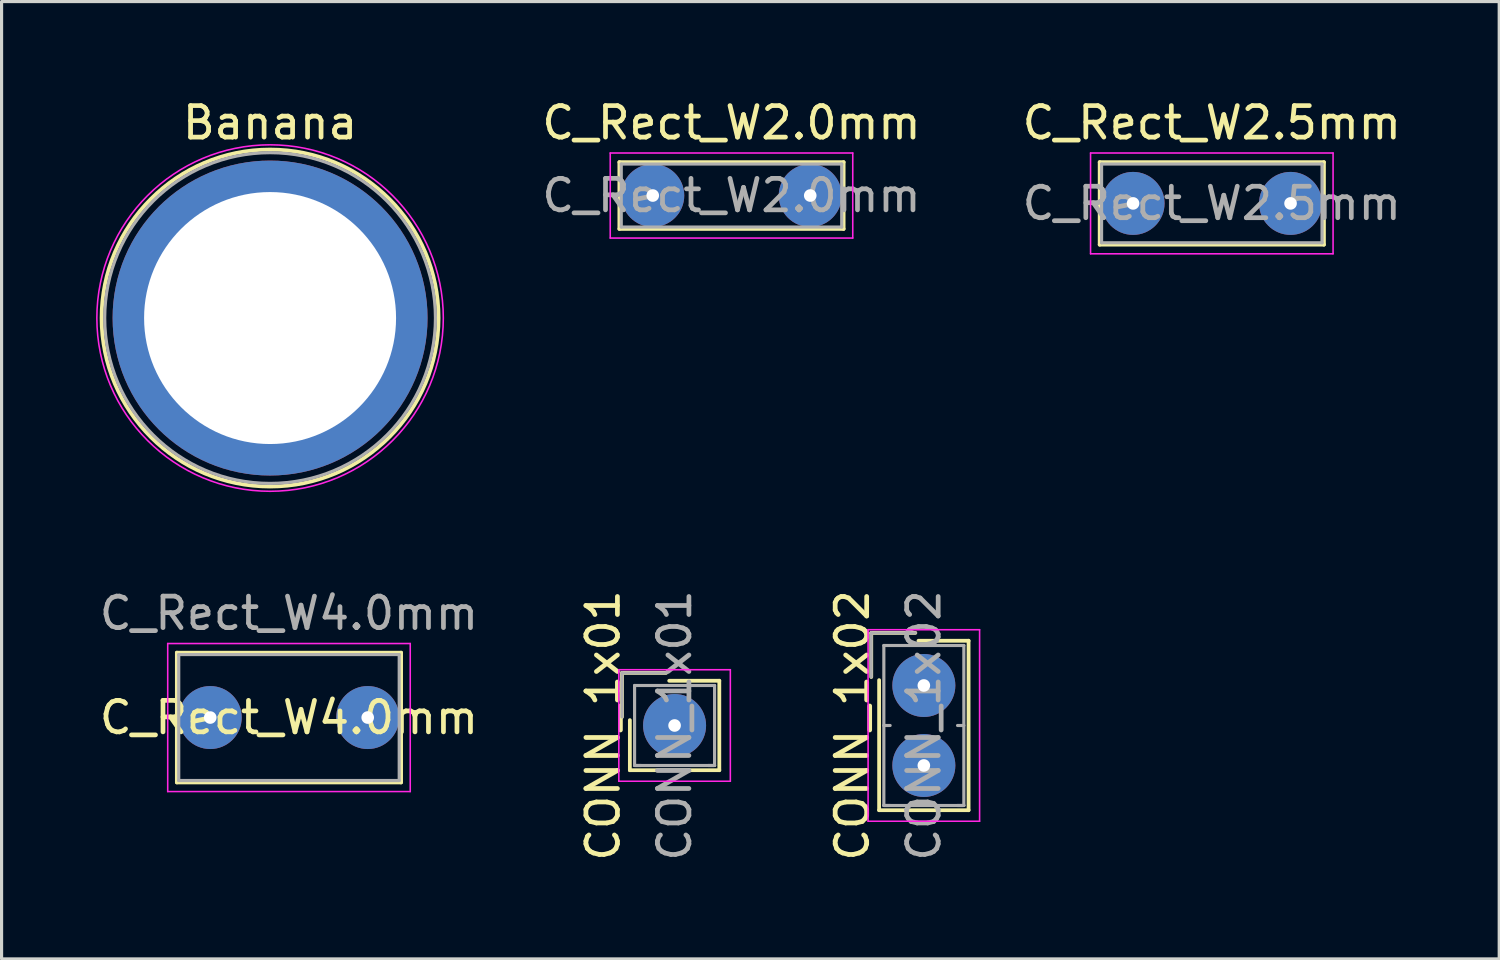
<source format=kicad_pcb>
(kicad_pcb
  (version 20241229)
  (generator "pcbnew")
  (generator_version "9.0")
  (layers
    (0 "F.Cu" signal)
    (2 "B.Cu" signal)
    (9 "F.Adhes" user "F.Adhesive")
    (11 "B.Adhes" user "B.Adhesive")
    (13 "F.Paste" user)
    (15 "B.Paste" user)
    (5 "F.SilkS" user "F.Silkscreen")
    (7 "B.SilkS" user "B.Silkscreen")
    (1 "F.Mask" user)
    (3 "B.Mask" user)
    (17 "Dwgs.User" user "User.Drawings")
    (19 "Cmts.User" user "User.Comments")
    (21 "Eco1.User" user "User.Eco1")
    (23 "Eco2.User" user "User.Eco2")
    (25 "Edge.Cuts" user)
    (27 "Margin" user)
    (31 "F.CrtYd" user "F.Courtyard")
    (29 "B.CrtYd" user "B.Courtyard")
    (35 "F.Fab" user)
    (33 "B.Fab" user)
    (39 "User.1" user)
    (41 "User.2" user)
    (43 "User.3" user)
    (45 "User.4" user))
  (footprint "C_Rect_W4.0mm"
    (layer "F.Cu")
    (at 3.625 19.732)
    (property "Reference" "C_Rect_W4.0mm" (at 2.5 0 0) (layer "F.SilkS") (effects (font (size 1 1) (thickness 0.15))))
    (attr through_hole)
    (fp_line (start -1.06 -2.06) (end -1.06 2.06) (stroke (width 0.12) (type solid)) (layer "F.SilkS"))
    (fp_line (start -1.06 -2.06) (end 6.06 -2.06) (stroke (width 0.12) (type solid)) (layer "F.SilkS"))
    (fp_line (start -1.06 2.06) (end 6.06 2.06) (stroke (width 0.12) (type solid)) (layer "F.SilkS"))
    (fp_line (start 6.06 -2.06) (end 6.06 2.06) (stroke (width 0.12) (type solid)) (layer "F.SilkS"))
    (fp_line (start -1.35 -2.35) (end -1.35 2.35) (stroke (width 0.05) (type solid)) (layer "F.CrtYd"))
    (fp_line (start -1.35 2.35) (end 6.35 2.35) (stroke (width 0.05) (type solid)) (layer "F.CrtYd"))
    (fp_line (start 6.35 -2.35) (end -1.35 -2.35) (stroke (width 0.05) (type solid)) (layer "F.CrtYd"))
    (fp_line (start 6.35 2.35) (end 6.35 -2.35) (stroke (width 0.05) (type solid)) (layer "F.CrtYd"))
    (fp_line (start -1 -2) (end -1 2) (stroke (width 0.1) (type solid)) (layer "F.Fab"))
    (fp_line (start -1 2) (end 6 2) (stroke (width 0.1) (type solid)) (layer "F.Fab"))
    (fp_line (start 6 -2) (end -1 -2) (stroke (width 0.1) (type solid)) (layer "F.Fab"))
    (fp_line (start 6 2) (end 6 -2) (stroke (width 0.1) (type solid)) (layer "F.Fab"))
    (fp_text user "${REFERENCE}" (at 2.5 -3.31 0) (layer "F.Fab") (effects (font (size 1 1) (thickness 0.15))))
    (pad "1" thru_hole circle (at 0 0) (size 2 2) (drill 0.4) (layers "*.Cu" "*.Mask"))
    (pad "2" thru_hole circle (at 5 0) (size 2 2) (drill 0.4) (layers "*.Cu" "*.Mask")))
  (footprint "CONN_1x02"
    (layer "F.Cu")
    (at 26.282 18.714)
    (property "Reference" "CONN_1x02" (at -2.27 1.27 90) (layer "F.SilkS") (effects (font (size 1 1) (thickness 0.15))))
    (attr through_hole)
    (fp_line (start -1.67 -1.67) (end -1.67 -0.27) (stroke (width 0.12) (type solid)) (layer "F.SilkS"))
    (fp_line (start -1.42 3.96) (end -1.42 -0.17) (stroke (width 0.12) (type solid)) (layer "F.SilkS"))
    (fp_line (start -0.27 -1.67) (end -1.67 -1.67) (stroke (width 0.12) (type solid)) (layer "F.SilkS"))
    (fp_line (start -0.17 -1.42) (end 1.42 -1.42) (stroke (width 0.12) (type solid)) (layer "F.SilkS"))
    (fp_line (start 1.42 -1.42) (end 1.42 3.96) (stroke (width 0.12) (type solid)) (layer "F.SilkS"))
    (fp_line (start 1.42 3.96) (end -1.42 3.96) (stroke (width 0.12) (type solid)) (layer "F.SilkS"))
    (fp_line (start -1.77 -1.77) (end -1.77 4.31) (stroke (width 0.05) (type solid)) (layer "F.CrtYd"))
    (fp_line (start -1.77 4.31) (end 1.77 4.31) (stroke (width 0.05) (type solid)) (layer "F.CrtYd"))
    (fp_line (start 1.77 -1.77) (end -1.77 -1.77) (stroke (width 0.05) (type solid)) (layer "F.CrtYd"))
    (fp_line (start 1.77 4.31) (end 1.77 -1.77) (stroke (width 0.05) (type solid)) (layer "F.CrtYd"))
    (fp_line (start -1.67 -1.67) (end -1.67 -0.27) (stroke (width 0.1) (type solid)) (layer "F.Fab"))
    (fp_line (start -1.27 -1.27) (end -1.27 3.81) (stroke (width 0.1) (type solid)) (layer "F.Fab"))
    (fp_line (start -1.27 1.27) (end -1.07 1.27) (stroke (width 0.1) (type solid)) (layer "F.Fab"))
    (fp_line (start -1.27 3.81) (end -1.07 3.81) (stroke (width 0.1) (type solid)) (layer "F.Fab"))
    (fp_line (start -1.27 3.81) (end 1.27 3.81) (stroke (width 0.1) (type solid)) (layer "F.Fab"))
    (fp_line (start -0.27 -1.67) (end -1.67 -1.67) (stroke (width 0.1) (type solid)) (layer "F.Fab"))
    (fp_line (start 1.27 -1.27) (end -1.27 -1.27) (stroke (width 0.1) (type solid)) (layer "F.Fab"))
    (fp_line (start 1.27 1.27) (end 1.07 1.27) (stroke (width 0.1) (type solid)) (layer "F.Fab"))
    (fp_line (start 1.27 3.81) (end 1.07 3.81) (stroke (width 0.1) (type solid)) (layer "F.Fab"))
    (fp_line (start 1.27 3.81) (end 1.27 -1.27) (stroke (width 0.1) (type solid)) (layer "F.Fab"))
    (fp_text user "${REFERENCE}" (at 0 1.27 90) (layer "F.Fab") (effects (font (size 1 1) (thickness 0.15))))
    (pad "1" thru_hole circle (at 0 0) (size 2 2) (drill 0.4) (layers "*.Cu" "*.Mask"))
    (pad "2" thru_hole circle (at 0 2.54) (size 2 2) (drill 0.4) (layers "*.Cu" "*.Mask")))
  (footprint "C_Rect_W2.5mm"
    (layer "F.Cu")
    (at 32.925 3.408)
    (property "Reference" "C_Rect_W2.5mm" (at 2.5 -2.56 0) (layer "F.SilkS") (effects (font (size 1 1) (thickness 0.15))))
    (attr through_hole)
    (fp_line (start -1.06 -1.31) (end -1.06 1.31) (stroke (width 0.12) (type solid)) (layer "F.SilkS"))
    (fp_line (start -1.06 -1.31) (end 6.06 -1.31) (stroke (width 0.12) (type solid)) (layer "F.SilkS"))
    (fp_line (start -1.06 1.31) (end 6.06 1.31) (stroke (width 0.12) (type solid)) (layer "F.SilkS"))
    (fp_line (start 6.06 -1.31) (end 6.06 1.31) (stroke (width 0.12) (type solid)) (layer "F.SilkS"))
    (fp_line (start -1.35 -1.6) (end -1.35 1.6) (stroke (width 0.05) (type solid)) (layer "F.CrtYd"))
    (fp_line (start -1.35 1.6) (end 6.35 1.6) (stroke (width 0.05) (type solid)) (layer "F.CrtYd"))
    (fp_line (start 6.35 -1.6) (end -1.35 -1.6) (stroke (width 0.05) (type solid)) (layer "F.CrtYd"))
    (fp_line (start 6.35 1.6) (end 6.35 -1.6) (stroke (width 0.05) (type solid)) (layer "F.CrtYd"))
    (fp_line (start -1 -1.25) (end -1 1.25) (stroke (width 0.1) (type solid)) (layer "F.Fab"))
    (fp_line (start -1 1.25) (end 6 1.25) (stroke (width 0.1) (type solid)) (layer "F.Fab"))
    (fp_line (start 6 -1.25) (end -1 -1.25) (stroke (width 0.1) (type solid)) (layer "F.Fab"))
    (fp_line (start 6 1.25) (end 6 -1.25) (stroke (width 0.1) (type solid)) (layer "F.Fab"))
    (fp_text user "${REFERENCE}" (at 2.5 0 0) (layer "F.Fab") (effects (font (size 1 1) (thickness 0.15))))
    (pad "1" thru_hole circle (at 0 0) (size 2 2) (drill 0.4) (layers "*.Cu" "*.Mask"))
    (pad "2" thru_hole circle (at 5 0) (size 2 2) (drill 0.4) (layers "*.Cu" "*.Mask")))
  (footprint "Banana"
    (layer "F.Cu")
    (at 5.525 7.048)
    (property "Reference" "Banana" (at 0 -6.2 0) (layer "F.SilkS") (effects (font (size 1 1) (thickness 0.15))))
    (attr through_hole)
    (fp_circle (center 0 0) (end 5.35 0) (stroke (width 0.12) (type solid)) (fill no) (layer "F.SilkS"))
    (fp_circle (center 0 0) (end 5.5 0) (stroke (width 0.05) (type solid)) (fill no) (layer "F.CrtYd"))
    (fp_circle (center 0 0) (end 5.25 0) (stroke (width 0.1) (type solid)) (fill no) (layer "F.Fab"))
    (pad "1" thru_hole circle (at 0 0) (size 10 10) (drill 8) (layers "*.Cu" "*.Mask")))
  (footprint "CONN_1x01"
    (layer "F.Cu")
    (at 18.368 19.984)
    (property "Reference" "CONN_1x01" (at -2.27 0 90) (layer "F.SilkS") (effects (font (size 1 1) (thickness 0.15))))
    (attr through_hole)
    (fp_line (start -1.67 -1.67) (end -1.67 -0.27) (stroke (width 0.12) (type solid)) (layer "F.SilkS"))
    (fp_line (start -1.42 1.42) (end -1.42 -0.17) (stroke (width 0.12) (type solid)) (layer "F.SilkS"))
    (fp_line (start -0.27 -1.67) (end -1.67 -1.67) (stroke (width 0.12) (type solid)) (layer "F.SilkS"))
    (fp_line (start -0.17 -1.42) (end 1.42 -1.42) (stroke (width 0.12) (type solid)) (layer "F.SilkS"))
    (fp_line (start 1.42 -1.42) (end 1.42 1.42) (stroke (width 0.12) (type solid)) (layer "F.SilkS"))
    (fp_line (start 1.42 1.42) (end -1.42 1.42) (stroke (width 0.12) (type solid)) (layer "F.SilkS"))
    (fp_line (start -1.77 -1.77) (end -1.77 1.77) (stroke (width 0.05) (type solid)) (layer "F.CrtYd"))
    (fp_line (start -1.77 1.77) (end 1.77 1.77) (stroke (width 0.05) (type solid)) (layer "F.CrtYd"))
    (fp_line (start 1.77 -1.77) (end -1.77 -1.77) (stroke (width 0.05) (type solid)) (layer "F.CrtYd"))
    (fp_line (start 1.77 1.77) (end 1.77 -1.77) (stroke (width 0.05) (type solid)) (layer "F.CrtYd"))
    (fp_line (start -1.67 -1.67) (end -1.67 -0.27) (stroke (width 0.1) (type solid)) (layer "F.Fab"))
    (fp_line (start -1.27 -1.27) (end -1.27 1.27) (stroke (width 0.1) (type solid)) (layer "F.Fab"))
    (fp_line (start -1.27 1.27) (end -1.07 1.27) (stroke (width 0.1) (type solid)) (layer "F.Fab"))
    (fp_line (start -1.27 1.27) (end 1.27 1.27) (stroke (width 0.1) (type solid)) (layer "F.Fab"))
    (fp_line (start -0.27 -1.67) (end -1.67 -1.67) (stroke (width 0.1) (type solid)) (layer "F.Fab"))
    (fp_line (start 1.27 -1.27) (end -1.27 -1.27) (stroke (width 0.1) (type solid)) (layer "F.Fab"))
    (fp_line (start 1.27 1.27) (end 1.07 1.27) (stroke (width 0.1) (type solid)) (layer "F.Fab"))
    (fp_line (start 1.27 1.27) (end 1.27 -1.27) (stroke (width 0.1) (type solid)) (layer "F.Fab"))
    (fp_text user "${REFERENCE}" (at 0 0 90) (layer "F.Fab") (effects (font (size 1 1) (thickness 0.15))))
    (pad "1" thru_hole circle (at 0 0) (size 2 2) (drill 0.4) (layers "*.Cu" "*.Mask")))
  (footprint "C_Rect_W2.0mm"
    (layer "F.Cu")
    (at 17.675 3.158)
    (property "Reference" "C_Rect_W2.0mm" (at 2.5 -2.31 0) (layer "F.SilkS") (effects (font (size 1 1) (thickness 0.15))))
    (attr through_hole)
    (fp_line (start -1.06 -1.06) (end -1.06 1.06) (stroke (width 0.12) (type solid)) (layer "F.SilkS"))
    (fp_line (start -1.06 -1.06) (end 6.06 -1.06) (stroke (width 0.12) (type solid)) (layer "F.SilkS"))
    (fp_line (start -1.06 1.06) (end 6.06 1.06) (stroke (width 0.12) (type solid)) (layer "F.SilkS"))
    (fp_line (start 6.06 -1.06) (end 6.06 1.06) (stroke (width 0.12) (type solid)) (layer "F.SilkS"))
    (fp_line (start -1.35 -1.35) (end -1.35 1.35) (stroke (width 0.05) (type solid)) (layer "F.CrtYd"))
    (fp_line (start -1.35 1.35) (end 6.35 1.35) (stroke (width 0.05) (type solid)) (layer "F.CrtYd"))
    (fp_line (start 6.35 -1.35) (end -1.35 -1.35) (stroke (width 0.05) (type solid)) (layer "F.CrtYd"))
    (fp_line (start 6.35 1.35) (end 6.35 -1.35) (stroke (width 0.05) (type solid)) (layer "F.CrtYd"))
    (fp_line (start -1 -1) (end -1 1) (stroke (width 0.1) (type solid)) (layer "F.Fab"))
    (fp_line (start -1 1) (end 6 1) (stroke (width 0.1) (type solid)) (layer "F.Fab"))
    (fp_line (start 6 -1) (end -1 -1) (stroke (width 0.1) (type solid)) (layer "F.Fab"))
    (fp_line (start 6 1) (end 6 -1) (stroke (width 0.1) (type solid)) (layer "F.Fab"))
    (fp_text user "${REFERENCE}" (at 2.5 0 0) (layer "F.Fab") (effects (font (size 1 1) (thickness 0.15))))
    (pad "1" thru_hole circle (at 0 0) (size 2 2) (drill 0.4) (layers "*.Cu" "*.Mask"))
    (pad "2" thru_hole circle (at 5 0) (size 2 2) (drill 0.4) (layers "*.Cu" "*.Mask")))
  (gr_rect
    (start -3 -3)
    (end 44.55 27.395)
    (stroke (width 0.1) (type default))
    (fill no)
    (layer "Edge.Cuts")))
</source>
